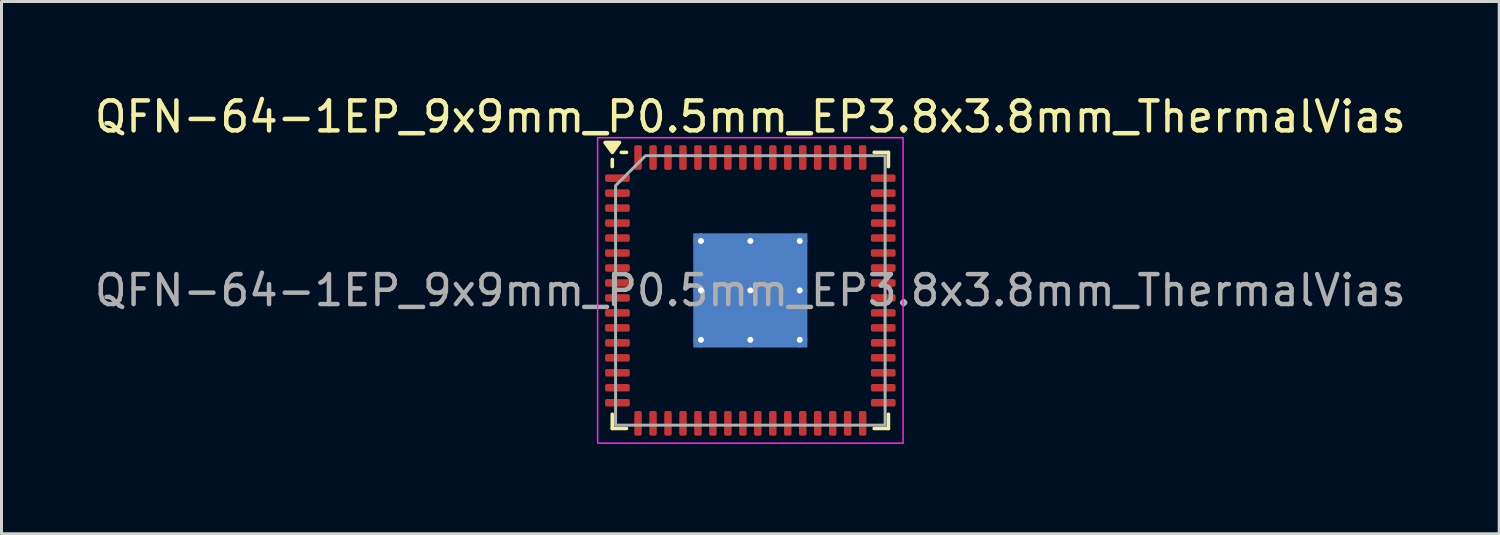
<source format=kicad_pcb>
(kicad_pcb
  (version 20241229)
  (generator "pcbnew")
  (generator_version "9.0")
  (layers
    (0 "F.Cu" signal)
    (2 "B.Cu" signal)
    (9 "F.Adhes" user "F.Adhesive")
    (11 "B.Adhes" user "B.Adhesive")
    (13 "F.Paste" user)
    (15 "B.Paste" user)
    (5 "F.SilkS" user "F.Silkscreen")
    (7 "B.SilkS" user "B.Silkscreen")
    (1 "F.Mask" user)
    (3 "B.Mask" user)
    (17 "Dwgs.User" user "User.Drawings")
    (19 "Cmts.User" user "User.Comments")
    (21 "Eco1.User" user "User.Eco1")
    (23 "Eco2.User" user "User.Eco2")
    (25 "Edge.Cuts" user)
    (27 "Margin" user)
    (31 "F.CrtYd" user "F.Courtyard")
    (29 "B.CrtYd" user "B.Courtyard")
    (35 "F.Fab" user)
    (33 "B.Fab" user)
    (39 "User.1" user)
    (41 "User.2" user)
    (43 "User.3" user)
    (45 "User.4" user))
  (footprint "QFN-64-1EP_9x9mm_P0.5mm_EP3.8x3.8mm_ThermalVias"
    (layer "F.Cu")
    (at 22.006 6.648)
    (property "Reference" "QFN-64-1EP_9x9mm_P0.5mm_EP3.8x3.8mm_ThermalVias" (at 0 -5.8 0) (layer "F.SilkS") (effects (font (size 1 1) (thickness 0.15))))
    (attr smd)
    (fp_line (start -4.61 -4.135) (end -4.61 -4.37) (stroke (width 0.12) (type solid)) (layer "F.SilkS"))
    (fp_line (start -4.61 4.61) (end -4.61 4.135) (stroke (width 0.12) (type solid)) (layer "F.SilkS"))
    (fp_line (start -4.135 -4.61) (end -4.31 -4.61) (stroke (width 0.12) (type solid)) (layer "F.SilkS"))
    (fp_line (start -4.135 4.61) (end -4.61 4.61) (stroke (width 0.12) (type solid)) (layer "F.SilkS"))
    (fp_line (start 4.135 -4.61) (end 4.61 -4.61) (stroke (width 0.12) (type solid)) (layer "F.SilkS"))
    (fp_line (start 4.135 4.61) (end 4.61 4.61) (stroke (width 0.12) (type solid)) (layer "F.SilkS"))
    (fp_line (start 4.61 -4.61) (end 4.61 -4.135) (stroke (width 0.12) (type solid)) (layer "F.SilkS"))
    (fp_line (start 4.61 4.61) (end 4.61 4.135) (stroke (width 0.12) (type solid)) (layer "F.SilkS"))
    (fp_poly (pts (xy -4.61 -4.61) (xy -4.85 -4.94) (xy -4.37 -4.94)) (stroke (width 0.12) (type solid)) (fill yes) (layer "F.SilkS"))
    (fp_rect (start -5.1 -5.1) (end 5.1 5.1) (stroke (width 0.05) (type solid)) (fill no) (layer "F.CrtYd"))
    (fp_poly (pts (xy -4.5 -3.5) (xy -4.5 4.5) (xy 4.5 4.5) (xy 4.5 -4.5) (xy -3.5 -4.5)) (stroke (width 0.1) (type solid)) (fill no) (layer "F.Fab"))
    (fp_text user "${REFERENCE}" (at 0 0 0) (layer "F.Fab") (effects (font (size 1 1) (thickness 0.15))))
    (pad "" smd custom (at -0.825 -0.825) (size 1.415 1.415) (layers "F.Paste") (options (anchor circle)) (primitives (gr_poly (pts (xy -0.649 -0.553) (xy -0.553 -0.649) (xy 0.553 -0.649) (xy 0.649 -0.553) (xy 0.649 0.553) (xy 0.553 0.649) (xy -0.553 0.649) (xy -0.649 0.553)) (width 0.233) (fill yes))))
    (pad "" smd custom (at -0.825 0.825) (size 1.415 1.415) (layers "F.Paste") (options (anchor circle)) (primitives (gr_poly (pts (xy -0.649 -0.553) (xy -0.553 -0.649) (xy 0.553 -0.649) (xy 0.649 -0.553) (xy 0.649 0.553) (xy 0.553 0.649) (xy -0.553 0.649) (xy -0.649 0.553)) (width 0.233) (fill yes))))
    (pad "" smd custom (at 0.825 -0.825) (size 1.415 1.415) (layers "F.Paste") (options (anchor circle)) (primitives (gr_poly (pts (xy -0.649 -0.553) (xy -0.553 -0.649) (xy 0.553 -0.649) (xy 0.649 -0.553) (xy 0.649 0.553) (xy 0.553 0.649) (xy -0.553 0.649) (xy -0.649 0.553)) (width 0.233) (fill yes))))
    (pad "" smd custom (at 0.825 0.825) (size 1.415 1.415) (layers "F.Paste") (options (anchor circle)) (primitives (gr_poly (pts (xy -0.649 -0.553) (xy -0.553 -0.649) (xy 0.553 -0.649) (xy 0.649 -0.553) (xy 0.649 0.553) (xy 0.553 0.649) (xy -0.553 0.649) (xy -0.649 0.553)) (width 0.233) (fill yes))))
    (pad "1" smd roundrect (at -4.438 -3.75) (size 0.825 0.25) (layers "F.Cu" "F.Mask" "F.Paste") (roundrect_rratio 0.25))
    (pad "2" smd roundrect (at -4.438 -3.25) (size 0.825 0.25) (layers "F.Cu" "F.Mask" "F.Paste") (roundrect_rratio 0.25))
    (pad "3" smd roundrect (at -4.438 -2.75) (size 0.825 0.25) (layers "F.Cu" "F.Mask" "F.Paste") (roundrect_rratio 0.25))
    (pad "4" smd roundrect (at -4.438 -2.25) (size 0.825 0.25) (layers "F.Cu" "F.Mask" "F.Paste") (roundrect_rratio 0.25))
    (pad "5" smd roundrect (at -4.438 -1.75) (size 0.825 0.25) (layers "F.Cu" "F.Mask" "F.Paste") (roundrect_rratio 0.25))
    (pad "6" smd roundrect (at -4.438 -1.25) (size 0.825 0.25) (layers "F.Cu" "F.Mask" "F.Paste") (roundrect_rratio 0.25))
    (pad "7" smd roundrect (at -4.438 -0.75) (size 0.825 0.25) (layers "F.Cu" "F.Mask" "F.Paste") (roundrect_rratio 0.25))
    (pad "8" smd roundrect (at -4.438 -0.25) (size 0.825 0.25) (layers "F.Cu" "F.Mask" "F.Paste") (roundrect_rratio 0.25))
    (pad "9" smd roundrect (at -4.438 0.25) (size 0.825 0.25) (layers "F.Cu" "F.Mask" "F.Paste") (roundrect_rratio 0.25))
    (pad "10" smd roundrect (at -4.438 0.75) (size 0.825 0.25) (layers "F.Cu" "F.Mask" "F.Paste") (roundrect_rratio 0.25))
    (pad "11" smd roundrect (at -4.438 1.25) (size 0.825 0.25) (layers "F.Cu" "F.Mask" "F.Paste") (roundrect_rratio 0.25))
    (pad "12" smd roundrect (at -4.438 1.75) (size 0.825 0.25) (layers "F.Cu" "F.Mask" "F.Paste") (roundrect_rratio 0.25))
    (pad "13" smd roundrect (at -4.438 2.25) (size 0.825 0.25) (layers "F.Cu" "F.Mask" "F.Paste") (roundrect_rratio 0.25))
    (pad "14" smd roundrect (at -4.438 2.75) (size 0.825 0.25) (layers "F.Cu" "F.Mask" "F.Paste") (roundrect_rratio 0.25))
    (pad "15" smd roundrect (at -4.438 3.25) (size 0.825 0.25) (layers "F.Cu" "F.Mask" "F.Paste") (roundrect_rratio 0.25))
    (pad "16" smd roundrect (at -4.438 3.75) (size 0.825 0.25) (layers "F.Cu" "F.Mask" "F.Paste") (roundrect_rratio 0.25))
    (pad "17" smd roundrect (at -3.75 4.438) (size 0.25 0.825) (layers "F.Cu" "F.Mask" "F.Paste") (roundrect_rratio 0.25))
    (pad "18" smd roundrect (at -3.25 4.438) (size 0.25 0.825) (layers "F.Cu" "F.Mask" "F.Paste") (roundrect_rratio 0.25))
    (pad "19" smd roundrect (at -2.75 4.438) (size 0.25 0.825) (layers "F.Cu" "F.Mask" "F.Paste") (roundrect_rratio 0.25))
    (pad "20" smd roundrect (at -2.25 4.438) (size 0.25 0.825) (layers "F.Cu" "F.Mask" "F.Paste") (roundrect_rratio 0.25))
    (pad "21" smd roundrect (at -1.75 4.438) (size 0.25 0.825) (layers "F.Cu" "F.Mask" "F.Paste") (roundrect_rratio 0.25))
    (pad "22" smd roundrect (at -1.25 4.438) (size 0.25 0.825) (layers "F.Cu" "F.Mask" "F.Paste") (roundrect_rratio 0.25))
    (pad "23" smd roundrect (at -0.75 4.438) (size 0.25 0.825) (layers "F.Cu" "F.Mask" "F.Paste") (roundrect_rratio 0.25))
    (pad "24" smd roundrect (at -0.25 4.438) (size 0.25 0.825) (layers "F.Cu" "F.Mask" "F.Paste") (roundrect_rratio 0.25))
    (pad "25" smd roundrect (at 0.25 4.438) (size 0.25 0.825) (layers "F.Cu" "F.Mask" "F.Paste") (roundrect_rratio 0.25))
    (pad "26" smd roundrect (at 0.75 4.438) (size 0.25 0.825) (layers "F.Cu" "F.Mask" "F.Paste") (roundrect_rratio 0.25))
    (pad "27" smd roundrect (at 1.25 4.438) (size 0.25 0.825) (layers "F.Cu" "F.Mask" "F.Paste") (roundrect_rratio 0.25))
    (pad "28" smd roundrect (at 1.75 4.438) (size 0.25 0.825) (layers "F.Cu" "F.Mask" "F.Paste") (roundrect_rratio 0.25))
    (pad "29" smd roundrect (at 2.25 4.438) (size 0.25 0.825) (layers "F.Cu" "F.Mask" "F.Paste") (roundrect_rratio 0.25))
    (pad "30" smd roundrect (at 2.75 4.438) (size 0.25 0.825) (layers "F.Cu" "F.Mask" "F.Paste") (roundrect_rratio 0.25))
    (pad "31" smd roundrect (at 3.25 4.438) (size 0.25 0.825) (layers "F.Cu" "F.Mask" "F.Paste") (roundrect_rratio 0.25))
    (pad "32" smd roundrect (at 3.75 4.438) (size 0.25 0.825) (layers "F.Cu" "F.Mask" "F.Paste") (roundrect_rratio 0.25))
    (pad "33" smd roundrect (at 4.438 3.75) (size 0.825 0.25) (layers "F.Cu" "F.Mask" "F.Paste") (roundrect_rratio 0.25))
    (pad "34" smd roundrect (at 4.438 3.25) (size 0.825 0.25) (layers "F.Cu" "F.Mask" "F.Paste") (roundrect_rratio 0.25))
    (pad "35" smd roundrect (at 4.438 2.75) (size 0.825 0.25) (layers "F.Cu" "F.Mask" "F.Paste") (roundrect_rratio 0.25))
    (pad "36" smd roundrect (at 4.438 2.25) (size 0.825 0.25) (layers "F.Cu" "F.Mask" "F.Paste") (roundrect_rratio 0.25))
    (pad "37" smd roundrect (at 4.438 1.75) (size 0.825 0.25) (layers "F.Cu" "F.Mask" "F.Paste") (roundrect_rratio 0.25))
    (pad "38" smd roundrect (at 4.438 1.25) (size 0.825 0.25) (layers "F.Cu" "F.Mask" "F.Paste") (roundrect_rratio 0.25))
    (pad "39" smd roundrect (at 4.438 0.75) (size 0.825 0.25) (layers "F.Cu" "F.Mask" "F.Paste") (roundrect_rratio 0.25))
    (pad "40" smd roundrect (at 4.438 0.25) (size 0.825 0.25) (layers "F.Cu" "F.Mask" "F.Paste") (roundrect_rratio 0.25))
    (pad "41" smd roundrect (at 4.438 -0.25) (size 0.825 0.25) (layers "F.Cu" "F.Mask" "F.Paste") (roundrect_rratio 0.25))
    (pad "42" smd roundrect (at 4.438 -0.75) (size 0.825 0.25) (layers "F.Cu" "F.Mask" "F.Paste") (roundrect_rratio 0.25))
    (pad "43" smd roundrect (at 4.438 -1.25) (size 0.825 0.25) (layers "F.Cu" "F.Mask" "F.Paste") (roundrect_rratio 0.25))
    (pad "44" smd roundrect (at 4.438 -1.75) (size 0.825 0.25) (layers "F.Cu" "F.Mask" "F.Paste") (roundrect_rratio 0.25))
    (pad "45" smd roundrect (at 4.438 -2.25) (size 0.825 0.25) (layers "F.Cu" "F.Mask" "F.Paste") (roundrect_rratio 0.25))
    (pad "46" smd roundrect (at 4.438 -2.75) (size 0.825 0.25) (layers "F.Cu" "F.Mask" "F.Paste") (roundrect_rratio 0.25))
    (pad "47" smd roundrect (at 4.438 -3.25) (size 0.825 0.25) (layers "F.Cu" "F.Mask" "F.Paste") (roundrect_rratio 0.25))
    (pad "48" smd roundrect (at 4.438 -3.75) (size 0.825 0.25) (layers "F.Cu" "F.Mask" "F.Paste") (roundrect_rratio 0.25))
    (pad "49" smd roundrect (at 3.75 -4.438) (size 0.25 0.825) (layers "F.Cu" "F.Mask" "F.Paste") (roundrect_rratio 0.25))
    (pad "50" smd roundrect (at 3.25 -4.438) (size 0.25 0.825) (layers "F.Cu" "F.Mask" "F.Paste") (roundrect_rratio 0.25))
    (pad "51" smd roundrect (at 2.75 -4.438) (size 0.25 0.825) (layers "F.Cu" "F.Mask" "F.Paste") (roundrect_rratio 0.25))
    (pad "52" smd roundrect (at 2.25 -4.438) (size 0.25 0.825) (layers "F.Cu" "F.Mask" "F.Paste") (roundrect_rratio 0.25))
    (pad "53" smd roundrect (at 1.75 -4.438) (size 0.25 0.825) (layers "F.Cu" "F.Mask" "F.Paste") (roundrect_rratio 0.25))
    (pad "54" smd roundrect (at 1.25 -4.438) (size 0.25 0.825) (layers "F.Cu" "F.Mask" "F.Paste") (roundrect_rratio 0.25))
    (pad "55" smd roundrect (at 0.75 -4.438) (size 0.25 0.825) (layers "F.Cu" "F.Mask" "F.Paste") (roundrect_rratio 0.25))
    (pad "56" smd roundrect (at 0.25 -4.438) (size 0.25 0.825) (layers "F.Cu" "F.Mask" "F.Paste") (roundrect_rratio 0.25))
    (pad "57" smd roundrect (at -0.25 -4.438) (size 0.25 0.825) (layers "F.Cu" "F.Mask" "F.Paste") (roundrect_rratio 0.25))
    (pad "58" smd roundrect (at -0.75 -4.438) (size 0.25 0.825) (layers "F.Cu" "F.Mask" "F.Paste") (roundrect_rratio 0.25))
    (pad "59" smd roundrect (at -1.25 -4.438) (size 0.25 0.825) (layers "F.Cu" "F.Mask" "F.Paste") (roundrect_rratio 0.25))
    (pad "60" smd roundrect (at -1.75 -4.438) (size 0.25 0.825) (layers "F.Cu" "F.Mask" "F.Paste") (roundrect_rratio 0.25))
    (pad "61" smd roundrect (at -2.25 -4.438) (size 0.25 0.825) (layers "F.Cu" "F.Mask" "F.Paste") (roundrect_rratio 0.25))
    (pad "62" smd roundrect (at -2.75 -4.438) (size 0.25 0.825) (layers "F.Cu" "F.Mask" "F.Paste") (roundrect_rratio 0.25))
    (pad "63" smd roundrect (at -3.25 -4.438) (size 0.25 0.825) (layers "F.Cu" "F.Mask" "F.Paste") (roundrect_rratio 0.25))
    (pad "64" smd roundrect (at -3.75 -4.438) (size 0.25 0.825) (layers "F.Cu" "F.Mask" "F.Paste") (roundrect_rratio 0.25))
    (pad "65" thru_hole circle (at -1.65 -1.65) (size 0.5 0.5) (drill 0.2) (property pad_prop_heatsink) (layers "*.Cu"))
    (pad "65" thru_hole circle (at -1.65 0) (size 0.5 0.5) (drill 0.2) (property pad_prop_heatsink) (layers "*.Cu"))
    (pad "65" thru_hole circle (at -1.65 1.65) (size 0.5 0.5) (drill 0.2) (property pad_prop_heatsink) (layers "*.Cu"))
    (pad "65" thru_hole circle (at 0 -1.65) (size 0.5 0.5) (drill 0.2) (property pad_prop_heatsink) (layers "*.Cu"))
    (pad "65" thru_hole circle (at 0 0) (size 0.5 0.5) (drill 0.2) (property pad_prop_heatsink) (layers "*.Cu"))
    (pad "65" smd rect (at 0 0) (size 3.8 3.8) (property pad_prop_heatsink) (layers "F.Cu" "F.Mask"))
    (pad "65" smd rect (at 0 0) (size 3.8 3.8) (property pad_prop_heatsink) (layers "B.Cu"))
    (pad "65" thru_hole circle (at 0 1.65) (size 0.5 0.5) (drill 0.2) (property pad_prop_heatsink) (layers "*.Cu"))
    (pad "65" thru_hole circle (at 1.65 -1.65) (size 0.5 0.5) (drill 0.2) (property pad_prop_heatsink) (layers "*.Cu"))
    (pad "65" thru_hole circle (at 1.65 0) (size 0.5 0.5) (drill 0.2) (property pad_prop_heatsink) (layers "*.Cu"))
    (pad "65" thru_hole circle (at 1.65 1.65) (size 0.5 0.5) (drill 0.2) (property pad_prop_heatsink) (layers "*.Cu")))
  (gr_rect
    (start -3 -3)
    (end 47.012 14.773)
    (stroke (width 0.1) (type default))
    (fill no)
    (layer "Edge.Cuts")))
</source>
